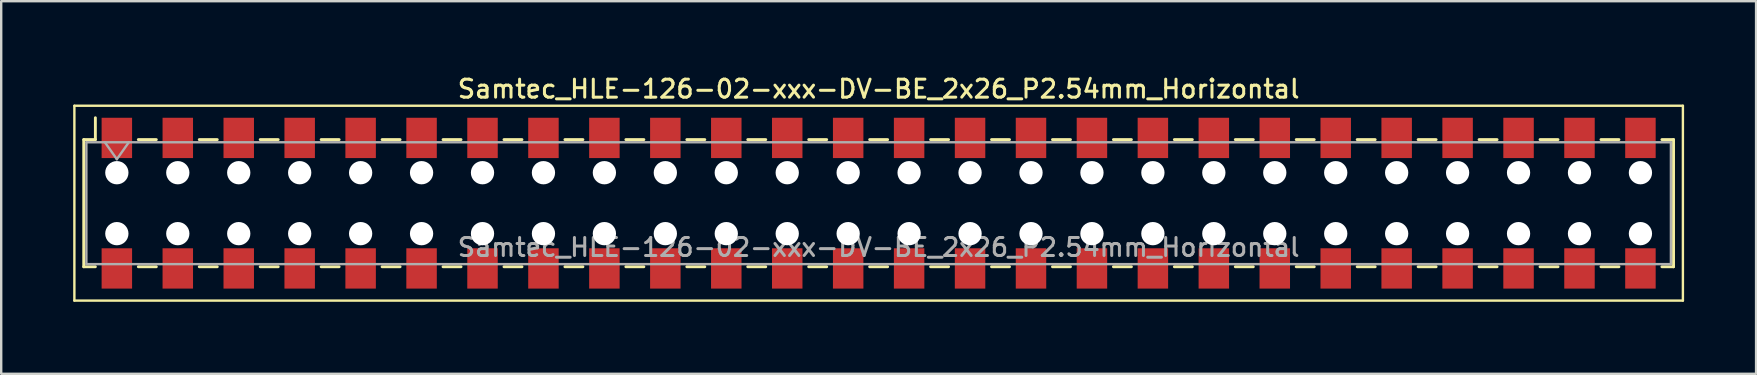
<source format=kicad_pcb>
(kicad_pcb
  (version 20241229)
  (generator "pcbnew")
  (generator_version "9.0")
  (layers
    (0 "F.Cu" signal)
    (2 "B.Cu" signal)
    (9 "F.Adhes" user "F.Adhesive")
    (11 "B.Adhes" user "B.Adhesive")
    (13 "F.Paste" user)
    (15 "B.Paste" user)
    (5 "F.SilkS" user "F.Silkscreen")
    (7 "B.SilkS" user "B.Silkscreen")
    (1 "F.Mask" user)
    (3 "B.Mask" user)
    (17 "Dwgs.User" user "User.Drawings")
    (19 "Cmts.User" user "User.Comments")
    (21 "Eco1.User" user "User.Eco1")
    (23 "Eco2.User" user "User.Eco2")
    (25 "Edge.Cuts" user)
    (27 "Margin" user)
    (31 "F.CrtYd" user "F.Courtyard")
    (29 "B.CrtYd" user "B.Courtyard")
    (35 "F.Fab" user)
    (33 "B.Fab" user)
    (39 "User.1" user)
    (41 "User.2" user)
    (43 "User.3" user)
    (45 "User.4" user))
  (footprint "Samtec_HLE-126-02-xxx-DV-BE_2x26_P2.54mm_Horizontal"
    (layer "F.Cu")
    (at 33.57 5.418)
    (property "Reference" "Samtec_HLE-126-02-xxx-DV-BE_2x26_P2.54mm_Horizontal" (at 0 -4.76 0) (layer "F.SilkS") (effects (font (size 0.75 0.75) (thickness 0.125))))
    (attr smd)
    (fp_line (start -33.52 -4.06) (end 33.52 -4.06) (stroke (width 0.1) (type solid)) (layer "F.SilkS"))
    (fp_line (start -33.52 4.06) (end -33.52 -4.06) (stroke (width 0.1) (type solid)) (layer "F.SilkS"))
    (fp_line (start -33.13 -2.65) (end -33.13 2.65) (stroke (width 0.12) (type solid)) (layer "F.SilkS"))
    (fp_line (start -33.13 2.65) (end -32.645 2.65) (stroke (width 0.12) (type solid)) (layer "F.SilkS"))
    (fp_line (start -32.645 -3.56) (end -32.645 -2.65) (stroke (width 0.12) (type solid)) (layer "F.SilkS"))
    (fp_line (start -32.645 -2.65) (end -33.13 -2.65) (stroke (width 0.12) (type solid)) (layer "F.SilkS"))
    (fp_line (start -30.855 -2.65) (end -30.105 -2.65) (stroke (width 0.12) (type solid)) (layer "F.SilkS"))
    (fp_line (start -30.855 2.65) (end -30.105 2.65) (stroke (width 0.12) (type solid)) (layer "F.SilkS"))
    (fp_line (start -28.315 -2.65) (end -27.565 -2.65) (stroke (width 0.12) (type solid)) (layer "F.SilkS"))
    (fp_line (start -28.315 2.65) (end -27.565 2.65) (stroke (width 0.12) (type solid)) (layer "F.SilkS"))
    (fp_line (start -25.775 -2.65) (end -25.025 -2.65) (stroke (width 0.12) (type solid)) (layer "F.SilkS"))
    (fp_line (start -25.775 2.65) (end -25.025 2.65) (stroke (width 0.12) (type solid)) (layer "F.SilkS"))
    (fp_line (start -23.235 -2.65) (end -22.485 -2.65) (stroke (width 0.12) (type solid)) (layer "F.SilkS"))
    (fp_line (start -23.235 2.65) (end -22.485 2.65) (stroke (width 0.12) (type solid)) (layer "F.SilkS"))
    (fp_line (start -20.695 -2.65) (end -19.945 -2.65) (stroke (width 0.12) (type solid)) (layer "F.SilkS"))
    (fp_line (start -20.695 2.65) (end -19.945 2.65) (stroke (width 0.12) (type solid)) (layer "F.SilkS"))
    (fp_line (start -18.155 -2.65) (end -17.405 -2.65) (stroke (width 0.12) (type solid)) (layer "F.SilkS"))
    (fp_line (start -18.155 2.65) (end -17.405 2.65) (stroke (width 0.12) (type solid)) (layer "F.SilkS"))
    (fp_line (start -15.615 -2.65) (end -14.865 -2.65) (stroke (width 0.12) (type solid)) (layer "F.SilkS"))
    (fp_line (start -15.615 2.65) (end -14.865 2.65) (stroke (width 0.12) (type solid)) (layer "F.SilkS"))
    (fp_line (start -13.075 -2.65) (end -12.325 -2.65) (stroke (width 0.12) (type solid)) (layer "F.SilkS"))
    (fp_line (start -13.075 2.65) (end -12.325 2.65) (stroke (width 0.12) (type solid)) (layer "F.SilkS"))
    (fp_line (start -10.535 -2.65) (end -9.785 -2.65) (stroke (width 0.12) (type solid)) (layer "F.SilkS"))
    (fp_line (start -10.535 2.65) (end -9.785 2.65) (stroke (width 0.12) (type solid)) (layer "F.SilkS"))
    (fp_line (start -7.995 -2.65) (end -7.245 -2.65) (stroke (width 0.12) (type solid)) (layer "F.SilkS"))
    (fp_line (start -7.995 2.65) (end -7.245 2.65) (stroke (width 0.12) (type solid)) (layer "F.SilkS"))
    (fp_line (start -5.455 -2.65) (end -4.705 -2.65) (stroke (width 0.12) (type solid)) (layer "F.SilkS"))
    (fp_line (start -5.455 2.65) (end -4.705 2.65) (stroke (width 0.12) (type solid)) (layer "F.SilkS"))
    (fp_line (start -2.915 -2.65) (end -2.165 -2.65) (stroke (width 0.12) (type solid)) (layer "F.SilkS"))
    (fp_line (start -2.915 2.65) (end -2.165 2.65) (stroke (width 0.12) (type solid)) (layer "F.SilkS"))
    (fp_line (start -0.375 -2.65) (end 0.375 -2.65) (stroke (width 0.12) (type solid)) (layer "F.SilkS"))
    (fp_line (start -0.375 2.65) (end 0.375 2.65) (stroke (width 0.12) (type solid)) (layer "F.SilkS"))
    (fp_line (start 2.165 -2.65) (end 2.915 -2.65) (stroke (width 0.12) (type solid)) (layer "F.SilkS"))
    (fp_line (start 2.165 2.65) (end 2.915 2.65) (stroke (width 0.12) (type solid)) (layer "F.SilkS"))
    (fp_line (start 4.705 -2.65) (end 5.455 -2.65) (stroke (width 0.12) (type solid)) (layer "F.SilkS"))
    (fp_line (start 4.705 2.65) (end 5.455 2.65) (stroke (width 0.12) (type solid)) (layer "F.SilkS"))
    (fp_line (start 7.245 -2.65) (end 7.995 -2.65) (stroke (width 0.12) (type solid)) (layer "F.SilkS"))
    (fp_line (start 7.245 2.65) (end 7.995 2.65) (stroke (width 0.12) (type solid)) (layer "F.SilkS"))
    (fp_line (start 9.785 -2.65) (end 10.535 -2.65) (stroke (width 0.12) (type solid)) (layer "F.SilkS"))
    (fp_line (start 9.785 2.65) (end 10.535 2.65) (stroke (width 0.12) (type solid)) (layer "F.SilkS"))
    (fp_line (start 12.325 -2.65) (end 13.075 -2.65) (stroke (width 0.12) (type solid)) (layer "F.SilkS"))
    (fp_line (start 12.325 2.65) (end 13.075 2.65) (stroke (width 0.12) (type solid)) (layer "F.SilkS"))
    (fp_line (start 14.865 -2.65) (end 15.615 -2.65) (stroke (width 0.12) (type solid)) (layer "F.SilkS"))
    (fp_line (start 14.865 2.65) (end 15.615 2.65) (stroke (width 0.12) (type solid)) (layer "F.SilkS"))
    (fp_line (start 17.405 -2.65) (end 18.155 -2.65) (stroke (width 0.12) (type solid)) (layer "F.SilkS"))
    (fp_line (start 17.405 2.65) (end 18.155 2.65) (stroke (width 0.12) (type solid)) (layer "F.SilkS"))
    (fp_line (start 19.945 -2.65) (end 20.695 -2.65) (stroke (width 0.12) (type solid)) (layer "F.SilkS"))
    (fp_line (start 19.945 2.65) (end 20.695 2.65) (stroke (width 0.12) (type solid)) (layer "F.SilkS"))
    (fp_line (start 22.485 -2.65) (end 23.235 -2.65) (stroke (width 0.12) (type solid)) (layer "F.SilkS"))
    (fp_line (start 22.485 2.65) (end 23.235 2.65) (stroke (width 0.12) (type solid)) (layer "F.SilkS"))
    (fp_line (start 25.025 -2.65) (end 25.775 -2.65) (stroke (width 0.12) (type solid)) (layer "F.SilkS"))
    (fp_line (start 25.025 2.65) (end 25.775 2.65) (stroke (width 0.12) (type solid)) (layer "F.SilkS"))
    (fp_line (start 27.565 -2.65) (end 28.315 -2.65) (stroke (width 0.12) (type solid)) (layer "F.SilkS"))
    (fp_line (start 27.565 2.65) (end 28.315 2.65) (stroke (width 0.12) (type solid)) (layer "F.SilkS"))
    (fp_line (start 30.105 -2.65) (end 30.855 -2.65) (stroke (width 0.12) (type solid)) (layer "F.SilkS"))
    (fp_line (start 30.105 2.65) (end 30.855 2.65) (stroke (width 0.12) (type solid)) (layer "F.SilkS"))
    (fp_line (start 32.645 -2.65) (end 33.13 -2.65) (stroke (width 0.12) (type solid)) (layer "F.SilkS"))
    (fp_line (start 33.13 -2.65) (end 33.13 2.65) (stroke (width 0.12) (type solid)) (layer "F.SilkS"))
    (fp_line (start 33.13 2.65) (end 32.645 2.65) (stroke (width 0.12) (type solid)) (layer "F.SilkS"))
    (fp_line (start 33.52 -4.06) (end 33.52 4.06) (stroke (width 0.1) (type solid)) (layer "F.SilkS"))
    (fp_line (start 33.52 4.06) (end -33.52 4.06) (stroke (width 0.1) (type solid)) (layer "F.SilkS"))
    (fp_line (start -33.02 -2.54) (end 33.02 -2.54) (stroke (width 0.1) (type solid)) (layer "F.Fab"))
    (fp_line (start -33.02 2.54) (end -33.02 -2.54) (stroke (width 0.1) (type solid)) (layer "F.Fab"))
    (fp_line (start -32.25 -2.54) (end -31.75 -1.833) (stroke (width 0.1) (type solid)) (layer "F.Fab"))
    (fp_line (start -31.75 -1.833) (end -31.25 -2.54) (stroke (width 0.1) (type solid)) (layer "F.Fab"))
    (fp_line (start 33.02 -2.54) (end 33.02 2.54) (stroke (width 0.1) (type solid)) (layer "F.Fab"))
    (fp_line (start 33.02 2.54) (end -33.02 2.54) (stroke (width 0.1) (type solid)) (layer "F.Fab"))
    (fp_text user "${REFERENCE}" (at 0 1.84 0) (layer "F.Fab") (effects (font (size 0.75 0.75) (thickness 0.125))))
    (pad "" np_thru_hole circle (at -31.75 -1.27) (size 0.97 0.97) (drill 0.97) (layers "*.Cu" "*.Mask"))
    (pad "" np_thru_hole circle (at -31.75 1.27) (size 0.97 0.97) (drill 0.97) (layers "*.Cu" "*.Mask"))
    (pad "" np_thru_hole circle (at -29.21 -1.27) (size 0.97 0.97) (drill 0.97) (layers "*.Cu" "*.Mask"))
    (pad "" np_thru_hole circle (at -29.21 1.27) (size 0.97 0.97) (drill 0.97) (layers "*.Cu" "*.Mask"))
    (pad "" np_thru_hole circle (at -26.67 -1.27) (size 0.97 0.97) (drill 0.97) (layers "*.Cu" "*.Mask"))
    (pad "" np_thru_hole circle (at -26.67 1.27) (size 0.97 0.97) (drill 0.97) (layers "*.Cu" "*.Mask"))
    (pad "" np_thru_hole circle (at -24.13 -1.27) (size 0.97 0.97) (drill 0.97) (layers "*.Cu" "*.Mask"))
    (pad "" np_thru_hole circle (at -24.13 1.27) (size 0.97 0.97) (drill 0.97) (layers "*.Cu" "*.Mask"))
    (pad "" np_thru_hole circle (at -21.59 -1.27) (size 0.97 0.97) (drill 0.97) (layers "*.Cu" "*.Mask"))
    (pad "" np_thru_hole circle (at -21.59 1.27) (size 0.97 0.97) (drill 0.97) (layers "*.Cu" "*.Mask"))
    (pad "" np_thru_hole circle (at -19.05 -1.27) (size 0.97 0.97) (drill 0.97) (layers "*.Cu" "*.Mask"))
    (pad "" np_thru_hole circle (at -19.05 1.27) (size 0.97 0.97) (drill 0.97) (layers "*.Cu" "*.Mask"))
    (pad "" np_thru_hole circle (at -16.51 -1.27) (size 0.97 0.97) (drill 0.97) (layers "*.Cu" "*.Mask"))
    (pad "" np_thru_hole circle (at -16.51 1.27) (size 0.97 0.97) (drill 0.97) (layers "*.Cu" "*.Mask"))
    (pad "" np_thru_hole circle (at -13.97 -1.27) (size 0.97 0.97) (drill 0.97) (layers "*.Cu" "*.Mask"))
    (pad "" np_thru_hole circle (at -13.97 1.27) (size 0.97 0.97) (drill 0.97) (layers "*.Cu" "*.Mask"))
    (pad "" np_thru_hole circle (at -11.43 -1.27) (size 0.97 0.97) (drill 0.97) (layers "*.Cu" "*.Mask"))
    (pad "" np_thru_hole circle (at -11.43 1.27) (size 0.97 0.97) (drill 0.97) (layers "*.Cu" "*.Mask"))
    (pad "" np_thru_hole circle (at -8.89 -1.27) (size 0.97 0.97) (drill 0.97) (layers "*.Cu" "*.Mask"))
    (pad "" np_thru_hole circle (at -8.89 1.27) (size 0.97 0.97) (drill 0.97) (layers "*.Cu" "*.Mask"))
    (pad "" np_thru_hole circle (at -6.35 -1.27) (size 0.97 0.97) (drill 0.97) (layers "*.Cu" "*.Mask"))
    (pad "" np_thru_hole circle (at -6.35 1.27) (size 0.97 0.97) (drill 0.97) (layers "*.Cu" "*.Mask"))
    (pad "" np_thru_hole circle (at -3.81 -1.27) (size 0.97 0.97) (drill 0.97) (layers "*.Cu" "*.Mask"))
    (pad "" np_thru_hole circle (at -3.81 1.27) (size 0.97 0.97) (drill 0.97) (layers "*.Cu" "*.Mask"))
    (pad "" np_thru_hole circle (at -1.27 -1.27) (size 0.97 0.97) (drill 0.97) (layers "*.Cu" "*.Mask"))
    (pad "" np_thru_hole circle (at -1.27 1.27) (size 0.97 0.97) (drill 0.97) (layers "*.Cu" "*.Mask"))
    (pad "" np_thru_hole circle (at 1.27 -1.27) (size 0.97 0.97) (drill 0.97) (layers "*.Cu" "*.Mask"))
    (pad "" np_thru_hole circle (at 1.27 1.27) (size 0.97 0.97) (drill 0.97) (layers "*.Cu" "*.Mask"))
    (pad "" np_thru_hole circle (at 3.81 -1.27) (size 0.97 0.97) (drill 0.97) (layers "*.Cu" "*.Mask"))
    (pad "" np_thru_hole circle (at 3.81 1.27) (size 0.97 0.97) (drill 0.97) (layers "*.Cu" "*.Mask"))
    (pad "" np_thru_hole circle (at 6.35 -1.27) (size 0.97 0.97) (drill 0.97) (layers "*.Cu" "*.Mask"))
    (pad "" np_thru_hole circle (at 6.35 1.27) (size 0.97 0.97) (drill 0.97) (layers "*.Cu" "*.Mask"))
    (pad "" np_thru_hole circle (at 8.89 -1.27) (size 0.97 0.97) (drill 0.97) (layers "*.Cu" "*.Mask"))
    (pad "" np_thru_hole circle (at 8.89 1.27) (size 0.97 0.97) (drill 0.97) (layers "*.Cu" "*.Mask"))
    (pad "" np_thru_hole circle (at 11.43 -1.27) (size 0.97 0.97) (drill 0.97) (layers "*.Cu" "*.Mask"))
    (pad "" np_thru_hole circle (at 11.43 1.27) (size 0.97 0.97) (drill 0.97) (layers "*.Cu" "*.Mask"))
    (pad "" np_thru_hole circle (at 13.97 -1.27) (size 0.97 0.97) (drill 0.97) (layers "*.Cu" "*.Mask"))
    (pad "" np_thru_hole circle (at 13.97 1.27) (size 0.97 0.97) (drill 0.97) (layers "*.Cu" "*.Mask"))
    (pad "" np_thru_hole circle (at 16.51 -1.27) (size 0.97 0.97) (drill 0.97) (layers "*.Cu" "*.Mask"))
    (pad "" np_thru_hole circle (at 16.51 1.27) (size 0.97 0.97) (drill 0.97) (layers "*.Cu" "*.Mask"))
    (pad "" np_thru_hole circle (at 19.05 -1.27) (size 0.97 0.97) (drill 0.97) (layers "*.Cu" "*.Mask"))
    (pad "" np_thru_hole circle (at 19.05 1.27) (size 0.97 0.97) (drill 0.97) (layers "*.Cu" "*.Mask"))
    (pad "" np_thru_hole circle (at 21.59 -1.27) (size 0.97 0.97) (drill 0.97) (layers "*.Cu" "*.Mask"))
    (pad "" np_thru_hole circle (at 21.59 1.27) (size 0.97 0.97) (drill 0.97) (layers "*.Cu" "*.Mask"))
    (pad "" np_thru_hole circle (at 24.13 -1.27) (size 0.97 0.97) (drill 0.97) (layers "*.Cu" "*.Mask"))
    (pad "" np_thru_hole circle (at 24.13 1.27) (size 0.97 0.97) (drill 0.97) (layers "*.Cu" "*.Mask"))
    (pad "" np_thru_hole circle (at 26.67 -1.27) (size 0.97 0.97) (drill 0.97) (layers "*.Cu" "*.Mask"))
    (pad "" np_thru_hole circle (at 26.67 1.27) (size 0.97 0.97) (drill 0.97) (layers "*.Cu" "*.Mask"))
    (pad "" np_thru_hole circle (at 29.21 -1.27) (size 0.97 0.97) (drill 0.97) (layers "*.Cu" "*.Mask"))
    (pad "" np_thru_hole circle (at 29.21 1.27) (size 0.97 0.97) (drill 0.97) (layers "*.Cu" "*.Mask"))
    (pad "" np_thru_hole circle (at 31.75 -1.27) (size 0.97 0.97) (drill 0.97) (layers "*.Cu" "*.Mask"))
    (pad "" np_thru_hole circle (at 31.75 1.27) (size 0.97 0.97) (drill 0.97) (layers "*.Cu" "*.Mask"))
    (pad "1" smd rect (at -31.75 -2.72) (size 1.27 1.68) (layers "F.Cu" "F.Mask" "F.Paste"))
    (pad "2" smd rect (at -31.75 2.72) (size 1.27 1.68) (layers "F.Cu" "F.Mask" "F.Paste"))
    (pad "3" smd rect (at -29.21 -2.72) (size 1.27 1.68) (layers "F.Cu" "F.Mask" "F.Paste"))
    (pad "4" smd rect (at -29.21 2.72) (size 1.27 1.68) (layers "F.Cu" "F.Mask" "F.Paste"))
    (pad "5" smd rect (at -26.67 -2.72) (size 1.27 1.68) (layers "F.Cu" "F.Mask" "F.Paste"))
    (pad "6" smd rect (at -26.67 2.72) (size 1.27 1.68) (layers "F.Cu" "F.Mask" "F.Paste"))
    (pad "7" smd rect (at -24.13 -2.72) (size 1.27 1.68) (layers "F.Cu" "F.Mask" "F.Paste"))
    (pad "8" smd rect (at -24.13 2.72) (size 1.27 1.68) (layers "F.Cu" "F.Mask" "F.Paste"))
    (pad "9" smd rect (at -21.59 -2.72) (size 1.27 1.68) (layers "F.Cu" "F.Mask" "F.Paste"))
    (pad "10" smd rect (at -21.59 2.72) (size 1.27 1.68) (layers "F.Cu" "F.Mask" "F.Paste"))
    (pad "11" smd rect (at -19.05 -2.72) (size 1.27 1.68) (layers "F.Cu" "F.Mask" "F.Paste"))
    (pad "12" smd rect (at -19.05 2.72) (size 1.27 1.68) (layers "F.Cu" "F.Mask" "F.Paste"))
    (pad "13" smd rect (at -16.51 -2.72) (size 1.27 1.68) (layers "F.Cu" "F.Mask" "F.Paste"))
    (pad "14" smd rect (at -16.51 2.72) (size 1.27 1.68) (layers "F.Cu" "F.Mask" "F.Paste"))
    (pad "15" smd rect (at -13.97 -2.72) (size 1.27 1.68) (layers "F.Cu" "F.Mask" "F.Paste"))
    (pad "16" smd rect (at -13.97 2.72) (size 1.27 1.68) (layers "F.Cu" "F.Mask" "F.Paste"))
    (pad "17" smd rect (at -11.43 -2.72) (size 1.27 1.68) (layers "F.Cu" "F.Mask" "F.Paste"))
    (pad "18" smd rect (at -11.43 2.72) (size 1.27 1.68) (layers "F.Cu" "F.Mask" "F.Paste"))
    (pad "19" smd rect (at -8.89 -2.72) (size 1.27 1.68) (layers "F.Cu" "F.Mask" "F.Paste"))
    (pad "20" smd rect (at -8.89 2.72) (size 1.27 1.68) (layers "F.Cu" "F.Mask" "F.Paste"))
    (pad "21" smd rect (at -6.35 -2.72) (size 1.27 1.68) (layers "F.Cu" "F.Mask" "F.Paste"))
    (pad "22" smd rect (at -6.35 2.72) (size 1.27 1.68) (layers "F.Cu" "F.Mask" "F.Paste"))
    (pad "23" smd rect (at -3.81 -2.72) (size 1.27 1.68) (layers "F.Cu" "F.Mask" "F.Paste"))
    (pad "24" smd rect (at -3.81 2.72) (size 1.27 1.68) (layers "F.Cu" "F.Mask" "F.Paste"))
    (pad "25" smd rect (at -1.27 -2.72) (size 1.27 1.68) (layers "F.Cu" "F.Mask" "F.Paste"))
    (pad "26" smd rect (at -1.27 2.72) (size 1.27 1.68) (layers "F.Cu" "F.Mask" "F.Paste"))
    (pad "27" smd rect (at 1.27 -2.72) (size 1.27 1.68) (layers "F.Cu" "F.Mask" "F.Paste"))
    (pad "28" smd rect (at 1.27 2.72) (size 1.27 1.68) (layers "F.Cu" "F.Mask" "F.Paste"))
    (pad "29" smd rect (at 3.81 -2.72) (size 1.27 1.68) (layers "F.Cu" "F.Mask" "F.Paste"))
    (pad "30" smd rect (at 3.81 2.72) (size 1.27 1.68) (layers "F.Cu" "F.Mask" "F.Paste"))
    (pad "31" smd rect (at 6.35 -2.72) (size 1.27 1.68) (layers "F.Cu" "F.Mask" "F.Paste"))
    (pad "32" smd rect (at 6.35 2.72) (size 1.27 1.68) (layers "F.Cu" "F.Mask" "F.Paste"))
    (pad "33" smd rect (at 8.89 -2.72) (size 1.27 1.68) (layers "F.Cu" "F.Mask" "F.Paste"))
    (pad "34" smd rect (at 8.89 2.72) (size 1.27 1.68) (layers "F.Cu" "F.Mask" "F.Paste"))
    (pad "35" smd rect (at 11.43 -2.72) (size 1.27 1.68) (layers "F.Cu" "F.Mask" "F.Paste"))
    (pad "36" smd rect (at 11.43 2.72) (size 1.27 1.68) (layers "F.Cu" "F.Mask" "F.Paste"))
    (pad "37" smd rect (at 13.97 -2.72) (size 1.27 1.68) (layers "F.Cu" "F.Mask" "F.Paste"))
    (pad "38" smd rect (at 13.97 2.72) (size 1.27 1.68) (layers "F.Cu" "F.Mask" "F.Paste"))
    (pad "39" smd rect (at 16.51 -2.72) (size 1.27 1.68) (layers "F.Cu" "F.Mask" "F.Paste"))
    (pad "40" smd rect (at 16.51 2.72) (size 1.27 1.68) (layers "F.Cu" "F.Mask" "F.Paste"))
    (pad "41" smd rect (at 19.05 -2.72) (size 1.27 1.68) (layers "F.Cu" "F.Mask" "F.Paste"))
    (pad "42" smd rect (at 19.05 2.72) (size 1.27 1.68) (layers "F.Cu" "F.Mask" "F.Paste"))
    (pad "43" smd rect (at 21.59 -2.72) (size 1.27 1.68) (layers "F.Cu" "F.Mask" "F.Paste"))
    (pad "44" smd rect (at 21.59 2.72) (size 1.27 1.68) (layers "F.Cu" "F.Mask" "F.Paste"))
    (pad "45" smd rect (at 24.13 -2.72) (size 1.27 1.68) (layers "F.Cu" "F.Mask" "F.Paste"))
    (pad "46" smd rect (at 24.13 2.72) (size 1.27 1.68) (layers "F.Cu" "F.Mask" "F.Paste"))
    (pad "47" smd rect (at 26.67 -2.72) (size 1.27 1.68) (layers "F.Cu" "F.Mask" "F.Paste"))
    (pad "48" smd rect (at 26.67 2.72) (size 1.27 1.68) (layers "F.Cu" "F.Mask" "F.Paste"))
    (pad "49" smd rect (at 29.21 -2.72) (size 1.27 1.68) (layers "F.Cu" "F.Mask" "F.Paste"))
    (pad "50" smd rect (at 29.21 2.72) (size 1.27 1.68) (layers "F.Cu" "F.Mask" "F.Paste"))
    (pad "51" smd rect (at 31.75 -2.72) (size 1.27 1.68) (layers "F.Cu" "F.Mask" "F.Paste"))
    (pad "52" smd rect (at 31.75 2.72) (size 1.27 1.68) (layers "F.Cu" "F.Mask" "F.Paste")))
  (gr_rect
    (start -3 -3)
    (end 70.14 12.528)
    (stroke (width 0.1) (type default))
    (fill no)
    (layer "Edge.Cuts")))
</source>
